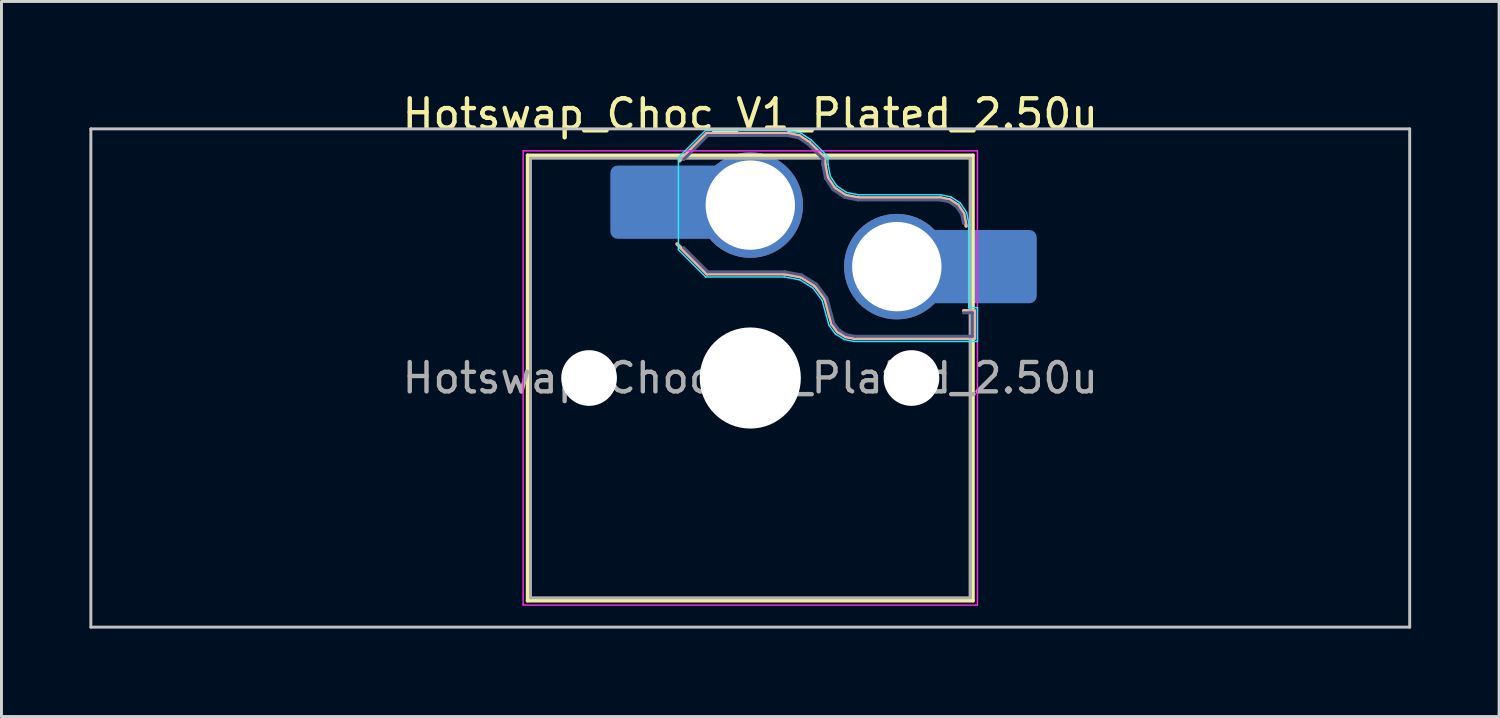
<source format=kicad_pcb>
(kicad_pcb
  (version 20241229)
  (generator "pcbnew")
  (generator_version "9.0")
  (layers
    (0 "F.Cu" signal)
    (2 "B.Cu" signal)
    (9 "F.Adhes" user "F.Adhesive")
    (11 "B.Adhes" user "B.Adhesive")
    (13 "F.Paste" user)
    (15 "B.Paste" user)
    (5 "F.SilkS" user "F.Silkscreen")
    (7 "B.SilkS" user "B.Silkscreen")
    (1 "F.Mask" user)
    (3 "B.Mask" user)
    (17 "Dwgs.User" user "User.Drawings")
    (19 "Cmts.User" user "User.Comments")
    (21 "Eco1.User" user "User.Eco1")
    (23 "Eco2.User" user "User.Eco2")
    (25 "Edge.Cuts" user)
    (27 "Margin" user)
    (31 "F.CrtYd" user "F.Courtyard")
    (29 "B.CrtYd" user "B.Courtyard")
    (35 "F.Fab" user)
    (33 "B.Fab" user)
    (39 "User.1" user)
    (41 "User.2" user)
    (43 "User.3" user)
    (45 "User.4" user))
  (footprint "Hotswap_Choc_V1_Plated_2.50u"
    (layer "F.Cu")
    (at 22.55 9.848)
    (property "Reference" "Hotswap_Choc_V1_Plated_2.50u" (at 0 -9 0) (layer "F.SilkS") (effects (font (size 1 1) (thickness 0.15))))
    (attr smd allow_soldermask_bridges)
    (fp_line (start -7.6 -7.6) (end -7.6 7.6) (stroke (width 0.12) (type solid)) (layer "F.SilkS"))
    (fp_line (start -7.6 7.6) (end 7.6 7.6) (stroke (width 0.12) (type solid)) (layer "F.SilkS"))
    (fp_line (start 7.6 -7.6) (end -7.6 -7.6) (stroke (width 0.12) (type solid)) (layer "F.SilkS"))
    (fp_line (start 7.6 7.6) (end 7.6 -7.6) (stroke (width 0.12) (type solid)) (layer "F.SilkS"))
    (fp_line (start -2.416 -7.409) (end -1.479 -8.346) (stroke (width 0.12) (type solid)) (layer "B.SilkS"))
    (fp_line (start -1.479 -8.346) (end 1.268 -8.346) (stroke (width 0.12) (type solid)) (layer "B.SilkS"))
    (fp_line (start -1.479 -3.554) (end -2.5 -4.575) (stroke (width 0.12) (type solid)) (layer "B.SilkS"))
    (fp_line (start 1.168 -3.554) (end -1.479 -3.554) (stroke (width 0.12) (type solid)) (layer "B.SilkS"))
    (fp_line (start 1.268 -8.346) (end 1.671 -8.266) (stroke (width 0.12) (type solid)) (layer "B.SilkS"))
    (fp_line (start 1.671 -8.266) (end 2.013 -8.037) (stroke (width 0.12) (type solid)) (layer "B.SilkS"))
    (fp_line (start 1.73 -3.449) (end 1.168 -3.554) (stroke (width 0.12) (type solid)) (layer "B.SilkS"))
    (fp_line (start 2.013 -8.037) (end 2.546 -7.504) (stroke (width 0.12) (type solid)) (layer "B.SilkS"))
    (fp_line (start 2.209 -3.15) (end 1.73 -3.449) (stroke (width 0.12) (type solid)) (layer "B.SilkS"))
    (fp_line (start 2.546 -7.504) (end 2.546 -7.282) (stroke (width 0.12) (type solid)) (layer "B.SilkS"))
    (fp_line (start 2.546 -7.282) (end 2.633 -6.844) (stroke (width 0.12) (type solid)) (layer "B.SilkS"))
    (fp_line (start 2.547 -2.697) (end 2.209 -3.15) (stroke (width 0.12) (type solid)) (layer "B.SilkS"))
    (fp_line (start 2.633 -6.844) (end 2.877 -6.477) (stroke (width 0.12) (type solid)) (layer "B.SilkS"))
    (fp_line (start 2.701 -2.139) (end 2.547 -2.697) (stroke (width 0.12) (type solid)) (layer "B.SilkS"))
    (fp_line (start 2.783 -1.841) (end 2.701 -2.139) (stroke (width 0.12) (type solid)) (layer "B.SilkS"))
    (fp_line (start 2.877 -6.477) (end 3.244 -6.233) (stroke (width 0.12) (type solid)) (layer "B.SilkS"))
    (fp_line (start 2.976 -1.583) (end 2.783 -1.841) (stroke (width 0.12) (type solid)) (layer "B.SilkS"))
    (fp_line (start 3.244 -6.233) (end 3.682 -6.146) (stroke (width 0.12) (type solid)) (layer "B.SilkS"))
    (fp_line (start 3.25 -1.413) (end 2.976 -1.583) (stroke (width 0.12) (type solid)) (layer "B.SilkS"))
    (fp_line (start 3.56 -1.354) (end 3.25 -1.413) (stroke (width 0.12) (type solid)) (layer "B.SilkS"))
    (fp_line (start 3.682 -6.146) (end 6.482 -6.146) (stroke (width 0.12) (type solid)) (layer "B.SilkS"))
    (fp_line (start 6.482 -6.146) (end 6.809 -6.081) (stroke (width 0.12) (type solid)) (layer "B.SilkS"))
    (fp_line (start 6.809 -6.081) (end 7.092 -5.892) (stroke (width 0.12) (type solid)) (layer "B.SilkS"))
    (fp_line (start 7.092 -5.892) (end 7.281 -5.609) (stroke (width 0.12) (type solid)) (layer "B.SilkS"))
    (fp_line (start 7.281 -5.609) (end 7.366 -5.182) (stroke (width 0.12) (type solid)) (layer "B.SilkS"))
    (fp_line (start 7.283 -2.296) (end 7.646 -2.296) (stroke (width 0.12) (type solid)) (layer "B.SilkS"))
    (fp_line (start 7.646 -2.296) (end 7.646 -1.354) (stroke (width 0.12) (type solid)) (layer "B.SilkS"))
    (fp_line (start 7.646 -1.354) (end 3.56 -1.354) (stroke (width 0.12) (type solid)) (layer "B.SilkS"))
    (fp_line (start -22.5 -8.5) (end -22.5 8.5) (stroke (width 0.1) (type solid)) (layer "Dwgs.User"))
    (fp_line (start -22.5 8.5) (end 22.5 8.5) (stroke (width 0.1) (type solid)) (layer "Dwgs.User"))
    (fp_line (start 22.5 -8.5) (end -22.5 -8.5) (stroke (width 0.1) (type solid)) (layer "Dwgs.User"))
    (fp_line (start 22.5 8.5) (end 22.5 -8.5) (stroke (width 0.1) (type solid)) (layer "Dwgs.User"))
    (fp_line (start -7.25 -7.25) (end -7.25 7.25) (stroke (width 0.1) (type solid)) (layer "Eco1.User"))
    (fp_line (start -7.25 7.25) (end 7.25 7.25) (stroke (width 0.1) (type solid)) (layer "Eco1.User"))
    (fp_line (start 7.25 -7.25) (end -7.25 -7.25) (stroke (width 0.1) (type solid)) (layer "Eco1.User"))
    (fp_line (start 7.25 7.25) (end 7.25 -7.25) (stroke (width 0.1) (type solid)) (layer "Eco1.User"))
    (fp_line (start -2.452 -7.523) (end -1.523 -8.452) (stroke (width 0.05) (type solid)) (layer "B.CrtYd"))
    (fp_line (start -2.452 -4.377) (end -2.452 -7.523) (stroke (width 0.05) (type solid)) (layer "B.CrtYd"))
    (fp_line (start -1.523 -8.452) (end 1.278 -8.452) (stroke (width 0.05) (type solid)) (layer "B.CrtYd"))
    (fp_line (start -1.523 -3.448) (end -2.452 -4.377) (stroke (width 0.05) (type solid)) (layer "B.CrtYd"))
    (fp_line (start 1.159 -3.448) (end -1.523 -3.448) (stroke (width 0.05) (type solid)) (layer "B.CrtYd"))
    (fp_line (start 1.278 -8.452) (end 1.712 -8.366) (stroke (width 0.05) (type solid)) (layer "B.CrtYd"))
    (fp_line (start 1.691 -3.348) (end 1.159 -3.448) (stroke (width 0.05) (type solid)) (layer "B.CrtYd"))
    (fp_line (start 1.712 -8.366) (end 2.081 -8.119) (stroke (width 0.05) (type solid)) (layer "B.CrtYd"))
    (fp_line (start 2.081 -8.119) (end 2.652 -7.548) (stroke (width 0.05) (type solid)) (layer "B.CrtYd"))
    (fp_line (start 2.136 -3.071) (end 1.691 -3.348) (stroke (width 0.05) (type solid)) (layer "B.CrtYd"))
    (fp_line (start 2.45 -2.65) (end 2.136 -3.071) (stroke (width 0.05) (type solid)) (layer "B.CrtYd"))
    (fp_line (start 2.599 -2.111) (end 2.45 -2.65) (stroke (width 0.05) (type solid)) (layer "B.CrtYd"))
    (fp_line (start 2.652 -7.548) (end 2.652 -7.292) (stroke (width 0.05) (type solid)) (layer "B.CrtYd"))
    (fp_line (start 2.652 -7.292) (end 2.733 -6.885) (stroke (width 0.05) (type solid)) (layer "B.CrtYd"))
    (fp_line (start 2.687 -1.794) (end 2.599 -2.111) (stroke (width 0.05) (type solid)) (layer "B.CrtYd"))
    (fp_line (start 2.733 -6.885) (end 2.953 -6.553) (stroke (width 0.05) (type solid)) (layer "B.CrtYd"))
    (fp_line (start 2.903 -1.503) (end 2.687 -1.794) (stroke (width 0.05) (type solid)) (layer "B.CrtYd"))
    (fp_line (start 2.953 -6.553) (end 3.285 -6.333) (stroke (width 0.05) (type solid)) (layer "B.CrtYd"))
    (fp_line (start 3.211 -1.312) (end 2.903 -1.503) (stroke (width 0.05) (type solid)) (layer "B.CrtYd"))
    (fp_line (start 3.285 -6.333) (end 3.692 -6.252) (stroke (width 0.05) (type solid)) (layer "B.CrtYd"))
    (fp_line (start 3.55 -1.248) (end 3.211 -1.312) (stroke (width 0.05) (type solid)) (layer "B.CrtYd"))
    (fp_line (start 3.692 -6.252) (end 6.492 -6.252) (stroke (width 0.05) (type solid)) (layer "B.CrtYd"))
    (fp_line (start 6.492 -6.252) (end 6.85 -6.181) (stroke (width 0.05) (type solid)) (layer "B.CrtYd"))
    (fp_line (start 6.85 -6.181) (end 7.168 -5.968) (stroke (width 0.05) (type solid)) (layer "B.CrtYd"))
    (fp_line (start 7.168 -5.968) (end 7.381 -5.65) (stroke (width 0.05) (type solid)) (layer "B.CrtYd"))
    (fp_line (start 7.381 -5.65) (end 7.452 -5.292) (stroke (width 0.05) (type solid)) (layer "B.CrtYd"))
    (fp_line (start 7.452 -5.292) (end 7.452 -2.402) (stroke (width 0.05) (type solid)) (layer "B.CrtYd"))
    (fp_line (start 7.452 -2.402) (end 7.752 -2.402) (stroke (width 0.05) (type solid)) (layer "B.CrtYd"))
    (fp_line (start 7.752 -2.402) (end 7.752 -1.248) (stroke (width 0.05) (type solid)) (layer "B.CrtYd"))
    (fp_line (start 7.752 -1.248) (end 3.55 -1.248) (stroke (width 0.05) (type solid)) (layer "B.CrtYd"))
    (fp_line (start -7.75 -7.75) (end -7.75 7.75) (stroke (width 0.05) (type solid)) (layer "F.CrtYd"))
    (fp_line (start -7.75 7.75) (end 7.75 7.75) (stroke (width 0.05) (type solid)) (layer "F.CrtYd"))
    (fp_line (start 7.75 -7.75) (end -7.75 -7.75) (stroke (width 0.05) (type solid)) (layer "F.CrtYd"))
    (fp_line (start 7.75 7.75) (end 7.75 -7.75) (stroke (width 0.05) (type solid)) (layer "F.CrtYd"))
    (fp_line (start -2.275 -7.45) (end -1.45 -8.275) (stroke (width 0.1) (type solid)) (layer "B.Fab"))
    (fp_line (start -1.45 -8.275) (end 1.261 -8.275) (stroke (width 0.1) (type solid)) (layer "B.Fab"))
    (fp_line (start -1.45 -3.625) (end -2.275 -4.45) (stroke (width 0.1) (type solid)) (layer "B.Fab"))
    (fp_line (start 1.175 -3.625) (end -1.45 -3.625) (stroke (width 0.1) (type solid)) (layer "B.Fab"))
    (fp_line (start 1.261 -8.275) (end 1.643 -8.199) (stroke (width 0.1) (type solid)) (layer "B.Fab"))
    (fp_line (start 1.643 -8.199) (end 1.968 -7.982) (stroke (width 0.1) (type solid)) (layer "B.Fab"))
    (fp_line (start 1.756 -3.516) (end 1.175 -3.625) (stroke (width 0.1) (type solid)) (layer "B.Fab"))
    (fp_line (start 1.968 -7.982) (end 2.475 -7.475) (stroke (width 0.1) (type solid)) (layer "B.Fab"))
    (fp_line (start 2.258 -3.203) (end 1.756 -3.516) (stroke (width 0.1) (type solid)) (layer "B.Fab"))
    (fp_line (start 2.475 -7.475) (end 2.475 -7.275) (stroke (width 0.1) (type solid)) (layer "B.Fab"))
    (fp_line (start 2.475 -7.275) (end 2.566 -6.816) (stroke (width 0.1) (type solid)) (layer "B.Fab"))
    (fp_line (start 2.566 -6.816) (end 2.826 -6.426) (stroke (width 0.1) (type solid)) (layer "B.Fab"))
    (fp_line (start 2.612 -2.729) (end 2.258 -3.203) (stroke (width 0.1) (type solid)) (layer "B.Fab"))
    (fp_line (start 2.769 -2.158) (end 2.612 -2.729) (stroke (width 0.1) (type solid)) (layer "B.Fab"))
    (fp_line (start 2.826 -6.426) (end 3.216 -6.166) (stroke (width 0.1) (type solid)) (layer "B.Fab"))
    (fp_line (start 2.848 -1.873) (end 2.769 -2.158) (stroke (width 0.1) (type solid)) (layer "B.Fab"))
    (fp_line (start 3.025 -1.636) (end 2.848 -1.873) (stroke (width 0.1) (type solid)) (layer "B.Fab"))
    (fp_line (start 3.216 -6.166) (end 3.675 -6.075) (stroke (width 0.1) (type solid)) (layer "B.Fab"))
    (fp_line (start 3.276 -1.48) (end 3.025 -1.636) (stroke (width 0.1) (type solid)) (layer "B.Fab"))
    (fp_line (start 3.567 -1.425) (end 3.276 -1.48) (stroke (width 0.1) (type solid)) (layer "B.Fab"))
    (fp_line (start 3.675 -6.075) (end 6.475 -6.075) (stroke (width 0.1) (type solid)) (layer "B.Fab"))
    (fp_line (start 6.475 -6.075) (end 6.781 -6.014) (stroke (width 0.1) (type solid)) (layer "B.Fab"))
    (fp_line (start 6.781 -6.014) (end 7.041 -5.841) (stroke (width 0.1) (type solid)) (layer "B.Fab"))
    (fp_line (start 7.041 -5.841) (end 7.214 -5.581) (stroke (width 0.1) (type solid)) (layer "B.Fab"))
    (fp_line (start 7.214 -5.581) (end 7.275 -5.275) (stroke (width 0.1) (type solid)) (layer "B.Fab"))
    (fp_line (start 7.275 -2.225) (end 7.575 -2.225) (stroke (width 0.1) (type solid)) (layer "B.Fab"))
    (fp_line (start 7.575 -2.225) (end 7.575 -1.425) (stroke (width 0.1) (type solid)) (layer "B.Fab"))
    (fp_line (start 7.575 -1.425) (end 3.567 -1.425) (stroke (width 0.1) (type solid)) (layer "B.Fab"))
    (fp_line (start -7.5 -7.5) (end -7.5 7.5) (stroke (width 0.1) (type solid)) (layer "F.Fab"))
    (fp_line (start -7.5 7.5) (end 7.5 7.5) (stroke (width 0.1) (type solid)) (layer "F.Fab"))
    (fp_line (start 7.5 -7.5) (end -7.5 -7.5) (stroke (width 0.1) (type solid)) (layer "F.Fab"))
    (fp_line (start 7.5 7.5) (end 7.5 -7.5) (stroke (width 0.1) (type solid)) (layer "F.Fab"))
    (fp_text user "${REFERENCE}" (at 0 0 0) (layer "F.Fab") (effects (font (size 1 1) (thickness 0.15))))
    (pad "" np_thru_hole circle (at -5.5 0) (size 1.9 1.9) (drill 1.9) (layers "*.Cu" "*.Mask"))
    (pad "" smd roundrect (at -3.5 -6) (size 2.55 2.5) (layers "B.Mask" "B.Paste") (roundrect_rratio 0.1))
    (pad "" np_thru_hole circle (at 0 0) (size 3.45 3.45) (drill 3.45) (layers "*.Cu" "*.Mask"))
    (pad "" np_thru_hole circle (at 5.5 0) (size 1.9 1.9) (drill 1.9) (layers "*.Cu" "*.Mask"))
    (pad "" smd roundrect (at 8.5 -3.8) (size 2.55 2.5) (layers "B.Mask" "B.Paste") (roundrect_rratio 0.1))
    (pad "1" smd roundrect (at -2.85 -6) (size 3.85 2.5) (layers "B.Cu") (roundrect_rratio 0.1))
    (pad "1" thru_hole circle (at 0 -5.9) (size 3.6 3.6) (drill 3.05) (layers "*.Cu" "*.Mask"))
    (pad "2" thru_hole circle (at 5 -3.8) (size 3.6 3.6) (drill 3.05) (layers "*.Cu" "*.Mask"))
    (pad "2" smd roundrect (at 7.85 -3.8) (size 3.85 2.5) (layers "B.Cu") (roundrect_rratio 0.1)))
  (gr_rect
    (start -3 -3)
    (end 48.1 21.398)
    (stroke (width 0.1) (type default))
    (fill no)
    (layer "Edge.Cuts")))
</source>
